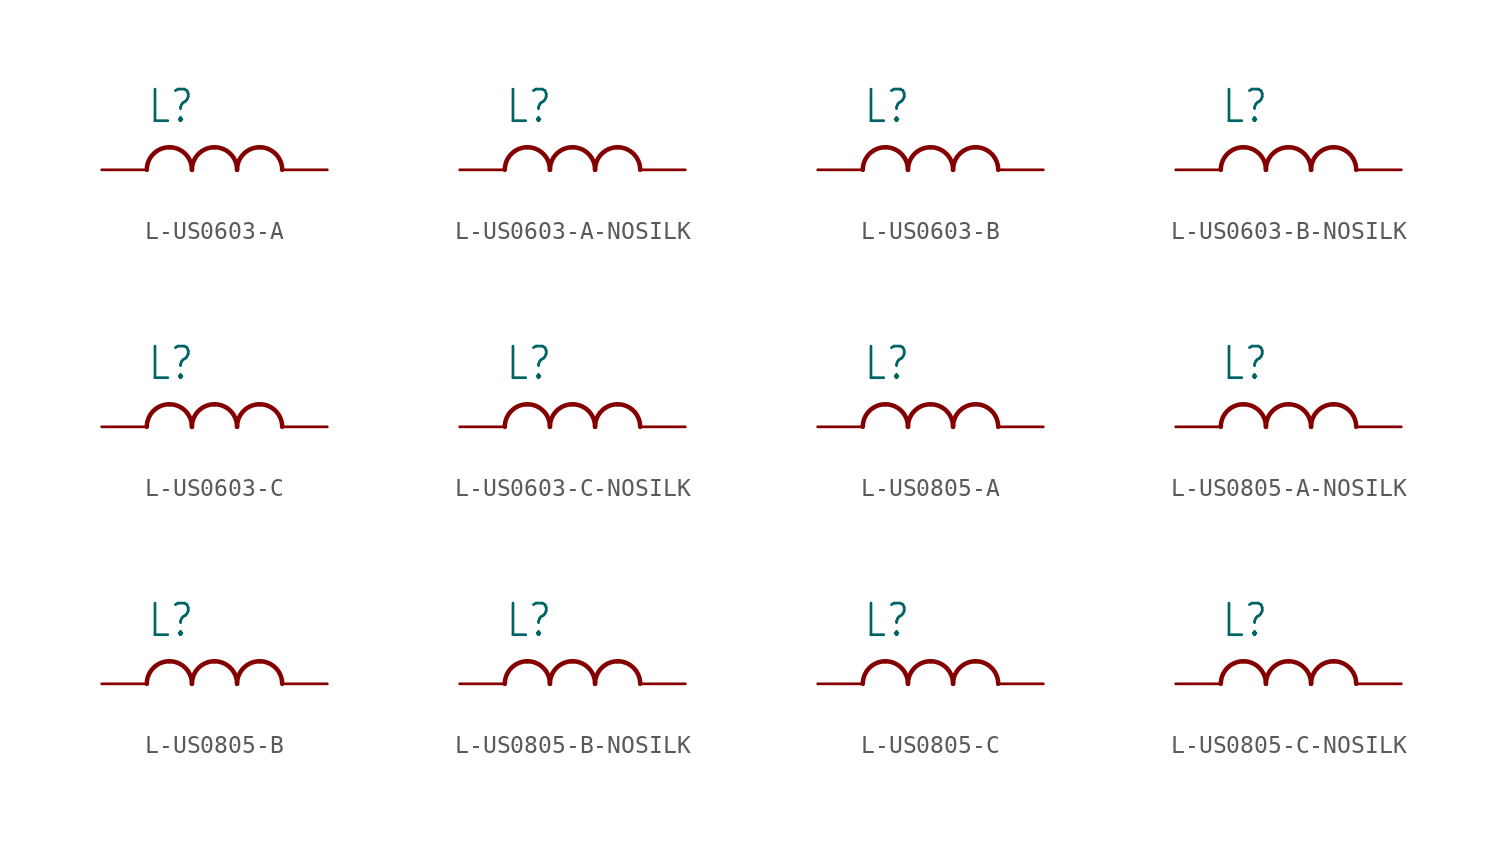
<source format=kicad_sym>
(kicad_symbol_lib
  (version 20231120)
  (generator "kicad_symbol_editor")
  (generator_version "8.0")
  (symbol "L-US0603-A"
    (property "Reference" "L"
      (at -5.08 2.54 0)
      (effects (font (size 1.778 1.511)) (justify left bottom)))
    (property "Value" ""
      (at -5.08 -1.27 0)
      (effects (font (size 1.778 1.511)) (justify left top)))
    (property "ki_locked" ""
      (at 0 0 0)
      (effects (font (size 1.27 1.27))))
    (symbol "L-US0603-A_1_0"
      (arc (start -3.81 1.27) (mid -4.708 0.898) (end -5.08 0) (stroke (width 0.254) (type solid)) (fill (type none)))
      (arc (start -2.54 0) (mid -2.912 0.898) (end -3.81 1.27) (stroke (width 0.254) (type solid)) (fill (type none)))
      (arc (start -1.27 1.27) (mid -2.168 0.898) (end -2.54 0) (stroke (width 0.254) (type solid)) (fill (type none)))
      (arc (start 0 0) (mid -0.372 0.898) (end -1.27 1.27) (stroke (width 0.254) (type solid)) (fill (type none)))
      (arc (start 1.27 1.27) (mid 0.372 0.898) (end 0 0) (stroke (width 0.254) (type solid)) (fill (type none)))
      (arc (start 2.54 0) (mid 2.168 0.898) (end 1.27 1.27) (stroke (width 0.254) (type solid)) (fill (type none)))
      (pin passive line (at -7.62 0 0) (length 2.54) (name "1" (effects (font (size 0 0)))) (number "1" (effects (font (size 0 0)))))
      (pin passive line (at 5.08 0 180) (length 2.54) (name "2" (effects (font (size 0 0)))) (number "2" (effects (font (size 0 0)))))))
  (symbol "L-US0603-A-NOSILK"
    (property "Reference" "L"
      (at -5.08 2.54 0)
      (effects (font (size 1.778 1.511)) (justify left bottom)))
    (property "Value" ""
      (at -5.08 -1.27 0)
      (effects (font (size 1.778 1.511)) (justify left top)))
    (property "ki_locked" ""
      (at 0 0 0)
      (effects (font (size 1.27 1.27))))
    (symbol "L-US0603-A-NOSILK_1_0"
      (arc (start -3.81 1.27) (mid -4.708 0.898) (end -5.08 0) (stroke (width 0.254) (type solid)) (fill (type none)))
      (arc (start -2.54 0) (mid -2.912 0.898) (end -3.81 1.27) (stroke (width 0.254) (type solid)) (fill (type none)))
      (arc (start -1.27 1.27) (mid -2.168 0.898) (end -2.54 0) (stroke (width 0.254) (type solid)) (fill (type none)))
      (arc (start 0 0) (mid -0.372 0.898) (end -1.27 1.27) (stroke (width 0.254) (type solid)) (fill (type none)))
      (arc (start 1.27 1.27) (mid 0.372 0.898) (end 0 0) (stroke (width 0.254) (type solid)) (fill (type none)))
      (arc (start 2.54 0) (mid 2.168 0.898) (end 1.27 1.27) (stroke (width 0.254) (type solid)) (fill (type none)))
      (pin passive line (at -7.62 0 0) (length 2.54) (name "1" (effects (font (size 0 0)))) (number "1" (effects (font (size 0 0)))))
      (pin passive line (at 5.08 0 180) (length 2.54) (name "2" (effects (font (size 0 0)))) (number "2" (effects (font (size 0 0)))))))
  (symbol "L-US0603-B"
    (property "Reference" "L"
      (at -5.08 2.54 0)
      (effects (font (size 1.778 1.511)) (justify left bottom)))
    (property "Value" ""
      (at -5.08 -1.27 0)
      (effects (font (size 1.778 1.511)) (justify left top)))
    (property "ki_locked" ""
      (at 0 0 0)
      (effects (font (size 1.27 1.27))))
    (symbol "L-US0603-B_1_0"
      (arc (start -3.81 1.27) (mid -4.708 0.898) (end -5.08 0) (stroke (width 0.254) (type solid)) (fill (type none)))
      (arc (start -2.54 0) (mid -2.912 0.898) (end -3.81 1.27) (stroke (width 0.254) (type solid)) (fill (type none)))
      (arc (start -1.27 1.27) (mid -2.168 0.898) (end -2.54 0) (stroke (width 0.254) (type solid)) (fill (type none)))
      (arc (start 0 0) (mid -0.372 0.898) (end -1.27 1.27) (stroke (width 0.254) (type solid)) (fill (type none)))
      (arc (start 1.27 1.27) (mid 0.372 0.898) (end 0 0) (stroke (width 0.254) (type solid)) (fill (type none)))
      (arc (start 2.54 0) (mid 2.168 0.898) (end 1.27 1.27) (stroke (width 0.254) (type solid)) (fill (type none)))
      (pin passive line (at -7.62 0 0) (length 2.54) (name "1" (effects (font (size 0 0)))) (number "1" (effects (font (size 0 0)))))
      (pin passive line (at 5.08 0 180) (length 2.54) (name "2" (effects (font (size 0 0)))) (number "2" (effects (font (size 0 0)))))))
  (symbol "L-US0603-B-NOSILK"
    (property "Reference" "L"
      (at -5.08 2.54 0)
      (effects (font (size 1.778 1.511)) (justify left bottom)))
    (property "Value" ""
      (at -5.08 -1.27 0)
      (effects (font (size 1.778 1.511)) (justify left top)))
    (property "ki_locked" ""
      (at 0 0 0)
      (effects (font (size 1.27 1.27))))
    (symbol "L-US0603-B-NOSILK_1_0"
      (arc (start -3.81 1.27) (mid -4.708 0.898) (end -5.08 0) (stroke (width 0.254) (type solid)) (fill (type none)))
      (arc (start -2.54 0) (mid -2.912 0.898) (end -3.81 1.27) (stroke (width 0.254) (type solid)) (fill (type none)))
      (arc (start -1.27 1.27) (mid -2.168 0.898) (end -2.54 0) (stroke (width 0.254) (type solid)) (fill (type none)))
      (arc (start 0 0) (mid -0.372 0.898) (end -1.27 1.27) (stroke (width 0.254) (type solid)) (fill (type none)))
      (arc (start 1.27 1.27) (mid 0.372 0.898) (end 0 0) (stroke (width 0.254) (type solid)) (fill (type none)))
      (arc (start 2.54 0) (mid 2.168 0.898) (end 1.27 1.27) (stroke (width 0.254) (type solid)) (fill (type none)))
      (pin passive line (at -7.62 0 0) (length 2.54) (name "1" (effects (font (size 0 0)))) (number "1" (effects (font (size 0 0)))))
      (pin passive line (at 5.08 0 180) (length 2.54) (name "2" (effects (font (size 0 0)))) (number "2" (effects (font (size 0 0)))))))
  (symbol "L-US0603-C"
    (property "Reference" "L"
      (at -5.08 2.54 0)
      (effects (font (size 1.778 1.511)) (justify left bottom)))
    (property "Value" ""
      (at -5.08 -1.27 0)
      (effects (font (size 1.778 1.511)) (justify left top)))
    (property "ki_locked" ""
      (at 0 0 0)
      (effects (font (size 1.27 1.27))))
    (symbol "L-US0603-C_1_0"
      (arc (start -3.81 1.27) (mid -4.708 0.898) (end -5.08 0) (stroke (width 0.254) (type solid)) (fill (type none)))
      (arc (start -2.54 0) (mid -2.912 0.898) (end -3.81 1.27) (stroke (width 0.254) (type solid)) (fill (type none)))
      (arc (start -1.27 1.27) (mid -2.168 0.898) (end -2.54 0) (stroke (width 0.254) (type solid)) (fill (type none)))
      (arc (start 0 0) (mid -0.372 0.898) (end -1.27 1.27) (stroke (width 0.254) (type solid)) (fill (type none)))
      (arc (start 1.27 1.27) (mid 0.372 0.898) (end 0 0) (stroke (width 0.254) (type solid)) (fill (type none)))
      (arc (start 2.54 0) (mid 2.168 0.898) (end 1.27 1.27) (stroke (width 0.254) (type solid)) (fill (type none)))
      (pin passive line (at -7.62 0 0) (length 2.54) (name "1" (effects (font (size 0 0)))) (number "1" (effects (font (size 0 0)))))
      (pin passive line (at 5.08 0 180) (length 2.54) (name "2" (effects (font (size 0 0)))) (number "2" (effects (font (size 0 0)))))))
  (symbol "L-US0603-C-NOSILK"
    (property "Reference" "L"
      (at -5.08 2.54 0)
      (effects (font (size 1.778 1.511)) (justify left bottom)))
    (property "Value" ""
      (at -5.08 -1.27 0)
      (effects (font (size 1.778 1.511)) (justify left top)))
    (property "ki_locked" ""
      (at 0 0 0)
      (effects (font (size 1.27 1.27))))
    (symbol "L-US0603-C-NOSILK_1_0"
      (arc (start -3.81 1.27) (mid -4.708 0.898) (end -5.08 0) (stroke (width 0.254) (type solid)) (fill (type none)))
      (arc (start -2.54 0) (mid -2.912 0.898) (end -3.81 1.27) (stroke (width 0.254) (type solid)) (fill (type none)))
      (arc (start -1.27 1.27) (mid -2.168 0.898) (end -2.54 0) (stroke (width 0.254) (type solid)) (fill (type none)))
      (arc (start 0 0) (mid -0.372 0.898) (end -1.27 1.27) (stroke (width 0.254) (type solid)) (fill (type none)))
      (arc (start 1.27 1.27) (mid 0.372 0.898) (end 0 0) (stroke (width 0.254) (type solid)) (fill (type none)))
      (arc (start 2.54 0) (mid 2.168 0.898) (end 1.27 1.27) (stroke (width 0.254) (type solid)) (fill (type none)))
      (pin passive line (at -7.62 0 0) (length 2.54) (name "1" (effects (font (size 0 0)))) (number "1" (effects (font (size 0 0)))))
      (pin passive line (at 5.08 0 180) (length 2.54) (name "2" (effects (font (size 0 0)))) (number "2" (effects (font (size 0 0)))))))
  (symbol "L-US0805-A"
    (property "Reference" "L"
      (at -5.08 2.54 0)
      (effects (font (size 1.778 1.511)) (justify left bottom)))
    (property "Value" ""
      (at -5.08 -1.27 0)
      (effects (font (size 1.778 1.511)) (justify left top)))
    (property "ki_locked" ""
      (at 0 0 0)
      (effects (font (size 1.27 1.27))))
    (symbol "L-US0805-A_1_0"
      (arc (start -3.81 1.27) (mid -4.708 0.898) (end -5.08 0) (stroke (width 0.254) (type solid)) (fill (type none)))
      (arc (start -2.54 0) (mid -2.912 0.898) (end -3.81 1.27) (stroke (width 0.254) (type solid)) (fill (type none)))
      (arc (start -1.27 1.27) (mid -2.168 0.898) (end -2.54 0) (stroke (width 0.254) (type solid)) (fill (type none)))
      (arc (start 0 0) (mid -0.372 0.898) (end -1.27 1.27) (stroke (width 0.254) (type solid)) (fill (type none)))
      (arc (start 1.27 1.27) (mid 0.372 0.898) (end 0 0) (stroke (width 0.254) (type solid)) (fill (type none)))
      (arc (start 2.54 0) (mid 2.168 0.898) (end 1.27 1.27) (stroke (width 0.254) (type solid)) (fill (type none)))
      (pin passive line (at -7.62 0 0) (length 2.54) (name "1" (effects (font (size 0 0)))) (number "1" (effects (font (size 0 0)))))
      (pin passive line (at 5.08 0 180) (length 2.54) (name "2" (effects (font (size 0 0)))) (number "2" (effects (font (size 0 0)))))))
  (symbol "L-US0805-A-NOSILK"
    (property "Reference" "L"
      (at -5.08 2.54 0)
      (effects (font (size 1.778 1.511)) (justify left bottom)))
    (property "Value" ""
      (at -5.08 -1.27 0)
      (effects (font (size 1.778 1.511)) (justify left top)))
    (property "ki_locked" ""
      (at 0 0 0)
      (effects (font (size 1.27 1.27))))
    (symbol "L-US0805-A-NOSILK_1_0"
      (arc (start -3.81 1.27) (mid -4.708 0.898) (end -5.08 0) (stroke (width 0.254) (type solid)) (fill (type none)))
      (arc (start -2.54 0) (mid -2.912 0.898) (end -3.81 1.27) (stroke (width 0.254) (type solid)) (fill (type none)))
      (arc (start -1.27 1.27) (mid -2.168 0.898) (end -2.54 0) (stroke (width 0.254) (type solid)) (fill (type none)))
      (arc (start 0 0) (mid -0.372 0.898) (end -1.27 1.27) (stroke (width 0.254) (type solid)) (fill (type none)))
      (arc (start 1.27 1.27) (mid 0.372 0.898) (end 0 0) (stroke (width 0.254) (type solid)) (fill (type none)))
      (arc (start 2.54 0) (mid 2.168 0.898) (end 1.27 1.27) (stroke (width 0.254) (type solid)) (fill (type none)))
      (pin passive line (at -7.62 0 0) (length 2.54) (name "1" (effects (font (size 0 0)))) (number "1" (effects (font (size 0 0)))))
      (pin passive line (at 5.08 0 180) (length 2.54) (name "2" (effects (font (size 0 0)))) (number "2" (effects (font (size 0 0)))))))
  (symbol "L-US0805-B"
    (property "Reference" "L"
      (at -5.08 2.54 0)
      (effects (font (size 1.778 1.511)) (justify left bottom)))
    (property "Value" ""
      (at -5.08 -1.27 0)
      (effects (font (size 1.778 1.511)) (justify left top)))
    (property "ki_locked" ""
      (at 0 0 0)
      (effects (font (size 1.27 1.27))))
    (symbol "L-US0805-B_1_0"
      (arc (start -3.81 1.27) (mid -4.708 0.898) (end -5.08 0) (stroke (width 0.254) (type solid)) (fill (type none)))
      (arc (start -2.54 0) (mid -2.912 0.898) (end -3.81 1.27) (stroke (width 0.254) (type solid)) (fill (type none)))
      (arc (start -1.27 1.27) (mid -2.168 0.898) (end -2.54 0) (stroke (width 0.254) (type solid)) (fill (type none)))
      (arc (start 0 0) (mid -0.372 0.898) (end -1.27 1.27) (stroke (width 0.254) (type solid)) (fill (type none)))
      (arc (start 1.27 1.27) (mid 0.372 0.898) (end 0 0) (stroke (width 0.254) (type solid)) (fill (type none)))
      (arc (start 2.54 0) (mid 2.168 0.898) (end 1.27 1.27) (stroke (width 0.254) (type solid)) (fill (type none)))
      (pin passive line (at -7.62 0 0) (length 2.54) (name "1" (effects (font (size 0 0)))) (number "1" (effects (font (size 0 0)))))
      (pin passive line (at 5.08 0 180) (length 2.54) (name "2" (effects (font (size 0 0)))) (number "2" (effects (font (size 0 0)))))))
  (symbol "L-US0805-B-NOSILK"
    (property "Reference" "L"
      (at -5.08 2.54 0)
      (effects (font (size 1.778 1.511)) (justify left bottom)))
    (property "Value" ""
      (at -5.08 -1.27 0)
      (effects (font (size 1.778 1.511)) (justify left top)))
    (property "ki_locked" ""
      (at 0 0 0)
      (effects (font (size 1.27 1.27))))
    (symbol "L-US0805-B-NOSILK_1_0"
      (arc (start -3.81 1.27) (mid -4.708 0.898) (end -5.08 0) (stroke (width 0.254) (type solid)) (fill (type none)))
      (arc (start -2.54 0) (mid -2.912 0.898) (end -3.81 1.27) (stroke (width 0.254) (type solid)) (fill (type none)))
      (arc (start -1.27 1.27) (mid -2.168 0.898) (end -2.54 0) (stroke (width 0.254) (type solid)) (fill (type none)))
      (arc (start 0 0) (mid -0.372 0.898) (end -1.27 1.27) (stroke (width 0.254) (type solid)) (fill (type none)))
      (arc (start 1.27 1.27) (mid 0.372 0.898) (end 0 0) (stroke (width 0.254) (type solid)) (fill (type none)))
      (arc (start 2.54 0) (mid 2.168 0.898) (end 1.27 1.27) (stroke (width 0.254) (type solid)) (fill (type none)))
      (pin passive line (at -7.62 0 0) (length 2.54) (name "1" (effects (font (size 0 0)))) (number "1" (effects (font (size 0 0)))))
      (pin passive line (at 5.08 0 180) (length 2.54) (name "2" (effects (font (size 0 0)))) (number "2" (effects (font (size 0 0)))))))
  (symbol "L-US0805-C"
    (property "Reference" "L"
      (at -5.08 2.54 0)
      (effects (font (size 1.778 1.511)) (justify left bottom)))
    (property "Value" ""
      (at -5.08 -1.27 0)
      (effects (font (size 1.778 1.511)) (justify left top)))
    (property "ki_locked" ""
      (at 0 0 0)
      (effects (font (size 1.27 1.27))))
    (symbol "L-US0805-C_1_0"
      (arc (start -3.81 1.27) (mid -4.708 0.898) (end -5.08 0) (stroke (width 0.254) (type solid)) (fill (type none)))
      (arc (start -2.54 0) (mid -2.912 0.898) (end -3.81 1.27) (stroke (width 0.254) (type solid)) (fill (type none)))
      (arc (start -1.27 1.27) (mid -2.168 0.898) (end -2.54 0) (stroke (width 0.254) (type solid)) (fill (type none)))
      (arc (start 0 0) (mid -0.372 0.898) (end -1.27 1.27) (stroke (width 0.254) (type solid)) (fill (type none)))
      (arc (start 1.27 1.27) (mid 0.372 0.898) (end 0 0) (stroke (width 0.254) (type solid)) (fill (type none)))
      (arc (start 2.54 0) (mid 2.168 0.898) (end 1.27 1.27) (stroke (width 0.254) (type solid)) (fill (type none)))
      (pin passive line (at -7.62 0 0) (length 2.54) (name "1" (effects (font (size 0 0)))) (number "1" (effects (font (size 0 0)))))
      (pin passive line (at 5.08 0 180) (length 2.54) (name "2" (effects (font (size 0 0)))) (number "2" (effects (font (size 0 0)))))))
  (symbol "L-US0805-C-NOSILK"
    (property "Reference" "L"
      (at -5.08 2.54 0)
      (effects (font (size 1.778 1.511)) (justify left bottom)))
    (property "Value" ""
      (at -5.08 -1.27 0)
      (effects (font (size 1.778 1.511)) (justify left top)))
    (property "ki_locked" ""
      (at 0 0 0)
      (effects (font (size 1.27 1.27))))
    (symbol "L-US0805-C-NOSILK_1_0"
      (arc (start -3.81 1.27) (mid -4.708 0.898) (end -5.08 0) (stroke (width 0.254) (type solid)) (fill (type none)))
      (arc (start -2.54 0) (mid -2.912 0.898) (end -3.81 1.27) (stroke (width 0.254) (type solid)) (fill (type none)))
      (arc (start -1.27 1.27) (mid -2.168 0.898) (end -2.54 0) (stroke (width 0.254) (type solid)) (fill (type none)))
      (arc (start 0 0) (mid -0.372 0.898) (end -1.27 1.27) (stroke (width 0.254) (type solid)) (fill (type none)))
      (arc (start 1.27 1.27) (mid 0.372 0.898) (end 0 0) (stroke (width 0.254) (type solid)) (fill (type none)))
      (arc (start 2.54 0) (mid 2.168 0.898) (end 1.27 1.27) (stroke (width 0.254) (type solid)) (fill (type none)))
      (pin passive line (at -7.62 0 0) (length 2.54) (name "1" (effects (font (size 0 0)))) (number "1" (effects (font (size 0 0)))))
      (pin passive line (at 5.08 0 180) (length 2.54) (name "2" (effects (font (size 0 0)))) (number "2" (effects (font (size 0 0))))))))
</source>
